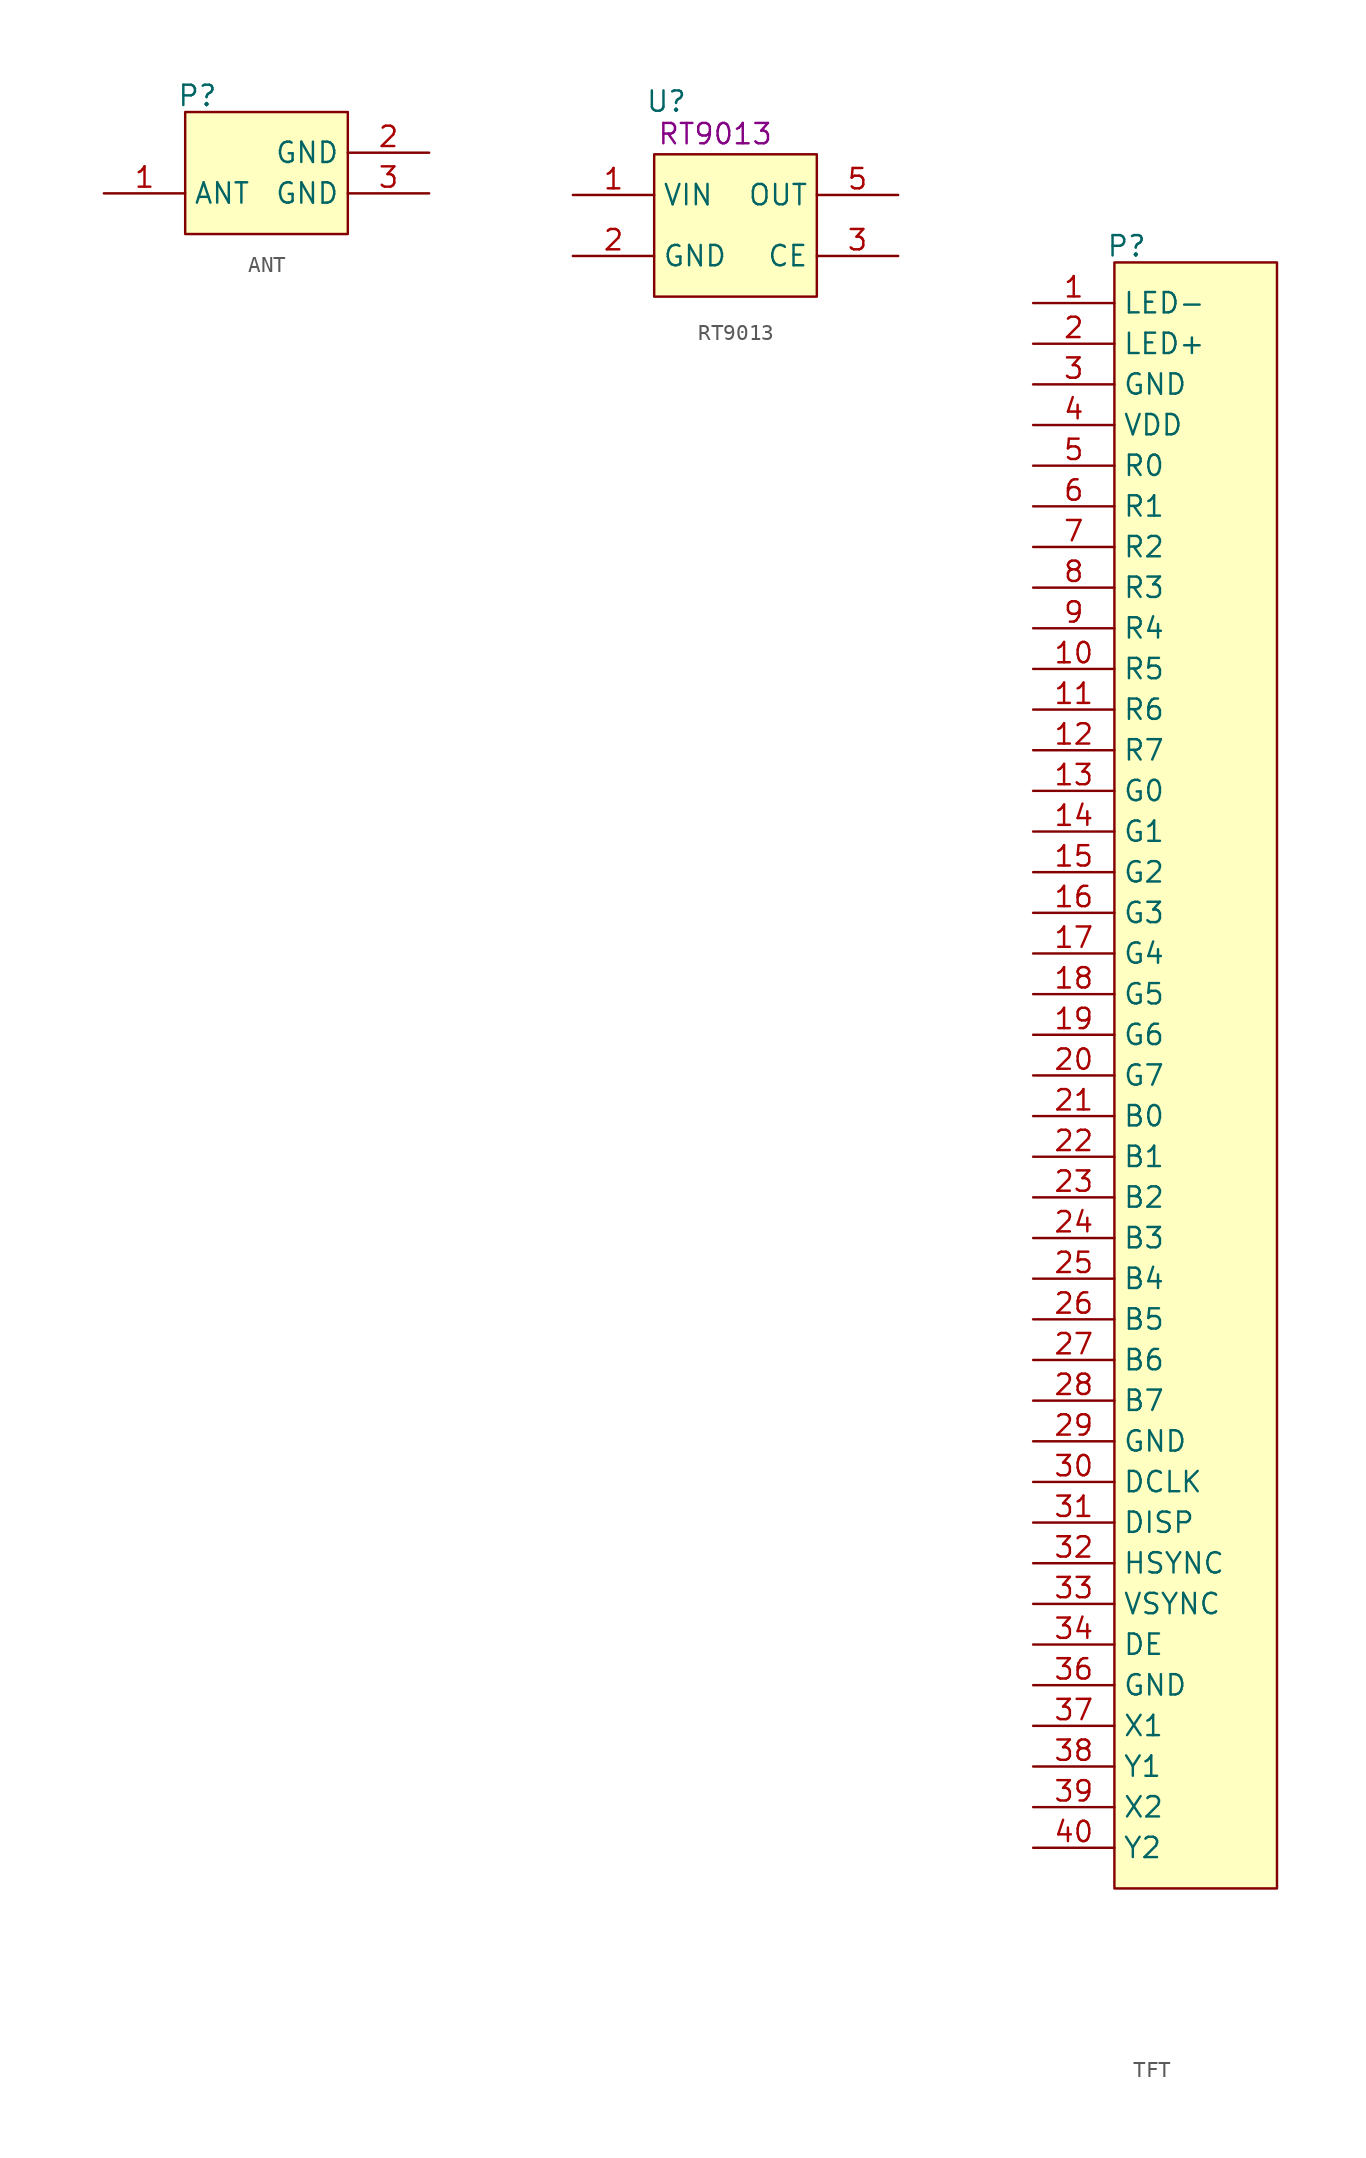
<source format=kicad_sym>
(kicad_symbol_lib
  (version 20241209)
  (generator "kicad_symbol_editor")
  (generator_version "9.0")
  (symbol "ANT"
    (property "Reference" "P"
      (at 0.762 1.016 0)
      (effects (font (size 1.27 1.27))))
    (property "Value" ""
      (at 0 0 0)
      (effects (font (size 1.27 1.27))))
    (symbol "ANT_1_1"
      (rectangle (start 0 0) (end 10.16 -7.62) (stroke (width 0) (type solid)) (fill (type background)))
      (pin bidirectional line (at -5.08 -5.08 0) (length 5.08) (name "ANT" (effects (font (size 1.27 1.27)))) (number "1" (effects (font (size 1.27 1.27)))))
      (pin passive line (at 15.24 -2.54 180) (length 5.08) (name "GND" (effects (font (size 1.27 1.27)))) (number "2" (effects (font (size 1.27 1.27)))))
      (pin passive line (at 15.24 -5.08 180) (length 5.08) (name "GND" (effects (font (size 1.27 1.27)))) (number "3" (effects (font (size 1.27 1.27)))))))
  (symbol "RT9013"
    (property "Reference" "U"
      (at 0.762 3.302 0)
      (effects (font (size 1.27 1.27))))
    (property "Value" ""
      (at 0 0 0)
      (effects (font (size 1.27 1.27))))
    (property "Description" "RT9013"
      (at 3.81 1.27 0)
      (effects (font (size 1.27 1.27))))
    (symbol "RT9013_1_1"
      (rectangle (start 0 0) (end 10.16 -8.89) (stroke (width 0) (type solid)) (fill (type background)))
      (pin power_in line (at -5.08 -2.54 0) (length 5.08) (name "VIN" (effects (font (size 1.27 1.27)))) (number "1" (effects (font (size 1.27 1.27)))))
      (pin power_in line (at -5.08 -6.35 0) (length 5.08) (name "GND" (effects (font (size 1.27 1.27)))) (number "2" (effects (font (size 1.27 1.27)))))
      (pin power_out line (at 15.24 -2.54 180) (length 5.08) (name "OUT" (effects (font (size 1.27 1.27)))) (number "5" (effects (font (size 1.27 1.27)))))
      (pin input line (at 15.24 -6.35 180) (length 5.08) (name "CE" (effects (font (size 1.27 1.27)))) (number "3" (effects (font (size 1.27 1.27)))))))
  (symbol "TFT"
    (property "Reference" "P"
      (at 0.762 1.016 0)
      (effects (font (size 1.27 1.27))))
    (property "Value" ""
      (at 0 0 0)
      (effects (font (size 1.27 1.27))))
    (symbol "TFT_1_1"
      (rectangle (start 0 0) (end 10.16 -101.6) (stroke (width 0) (type solid)) (fill (type background)))
      (pin power_in line (at -5.08 -2.54 0) (length 5.08) (name "LED-" (effects (font (size 1.27 1.27)))) (number "1" (effects (font (size 1.27 1.27)))))
      (pin power_in line (at -5.08 -5.08 0) (length 5.08) (name "LED+" (effects (font (size 1.27 1.27)))) (number "2" (effects (font (size 1.27 1.27)))))
      (pin power_in line (at -5.08 -7.62 0) (length 5.08) (name "GND" (effects (font (size 1.27 1.27)))) (number "3" (effects (font (size 1.27 1.27)))))
      (pin power_in line (at -5.08 -10.16 0) (length 5.08) (name "VDD" (effects (font (size 1.27 1.27)))) (number "4" (effects (font (size 1.27 1.27)))))
      (pin input line (at -5.08 -12.7 0) (length 5.08) (name "R0" (effects (font (size 1.27 1.27)))) (number "5" (effects (font (size 1.27 1.27)))))
      (pin input line (at -5.08 -15.24 0) (length 5.08) (name "R1" (effects (font (size 1.27 1.27)))) (number "6" (effects (font (size 1.27 1.27)))))
      (pin input line (at -5.08 -17.78 0) (length 5.08) (name "R2" (effects (font (size 1.27 1.27)))) (number "7" (effects (font (size 1.27 1.27)))))
      (pin input line (at -5.08 -20.32 0) (length 5.08) (name "R3" (effects (font (size 1.27 1.27)))) (number "8" (effects (font (size 1.27 1.27)))))
      (pin input line (at -5.08 -22.86 0) (length 5.08) (name "R4" (effects (font (size 1.27 1.27)))) (number "9" (effects (font (size 1.27 1.27)))))
      (pin input line (at -5.08 -25.4 0) (length 5.08) (name "R5" (effects (font (size 1.27 1.27)))) (number "10" (effects (font (size 1.27 1.27)))))
      (pin input line (at -5.08 -27.94 0) (length 5.08) (name "R6" (effects (font (size 1.27 1.27)))) (number "11" (effects (font (size 1.27 1.27)))))
      (pin input line (at -5.08 -30.48 0) (length 5.08) (name "R7" (effects (font (size 1.27 1.27)))) (number "12" (effects (font (size 1.27 1.27)))))
      (pin input line (at -5.08 -33.02 0) (length 5.08) (name "G0" (effects (font (size 1.27 1.27)))) (number "13" (effects (font (size 1.27 1.27)))))
      (pin input line (at -5.08 -35.56 0) (length 5.08) (name "G1" (effects (font (size 1.27 1.27)))) (number "14" (effects (font (size 1.27 1.27)))))
      (pin input line (at -5.08 -38.1 0) (length 5.08) (name "G2" (effects (font (size 1.27 1.27)))) (number "15" (effects (font (size 1.27 1.27)))))
      (pin input line (at -5.08 -40.64 0) (length 5.08) (name "G3" (effects (font (size 1.27 1.27)))) (number "16" (effects (font (size 1.27 1.27)))))
      (pin input line (at -5.08 -43.18 0) (length 5.08) (name "G4" (effects (font (size 1.27 1.27)))) (number "17" (effects (font (size 1.27 1.27)))))
      (pin input line (at -5.08 -45.72 0) (length 5.08) (name "G5" (effects (font (size 1.27 1.27)))) (number "18" (effects (font (size 1.27 1.27)))))
      (pin input line (at -5.08 -48.26 0) (length 5.08) (name "G6" (effects (font (size 1.27 1.27)))) (number "19" (effects (font (size 1.27 1.27)))))
      (pin input line (at -5.08 -50.8 0) (length 5.08) (name "G7" (effects (font (size 1.27 1.27)))) (number "20" (effects (font (size 1.27 1.27)))))
      (pin input line (at -5.08 -53.34 0) (length 5.08) (name "B0" (effects (font (size 1.27 1.27)))) (number "21" (effects (font (size 1.27 1.27)))))
      (pin input line (at -5.08 -55.88 0) (length 5.08) (name "B1" (effects (font (size 1.27 1.27)))) (number "22" (effects (font (size 1.27 1.27)))))
      (pin input line (at -5.08 -58.42 0) (length 5.08) (name "B2" (effects (font (size 1.27 1.27)))) (number "23" (effects (font (size 1.27 1.27)))))
      (pin input line (at -5.08 -60.96 0) (length 5.08) (name "B3" (effects (font (size 1.27 1.27)))) (number "24" (effects (font (size 1.27 1.27)))))
      (pin input line (at -5.08 -63.5 0) (length 5.08) (name "B4" (effects (font (size 1.27 1.27)))) (number "25" (effects (font (size 1.27 1.27)))))
      (pin input line (at -5.08 -66.04 0) (length 5.08) (name "B5" (effects (font (size 1.27 1.27)))) (number "26" (effects (font (size 1.27 1.27)))))
      (pin input line (at -5.08 -68.58 0) (length 5.08) (name "B6" (effects (font (size 1.27 1.27)))) (number "27" (effects (font (size 1.27 1.27)))))
      (pin input line (at -5.08 -71.12 0) (length 5.08) (name "B7" (effects (font (size 1.27 1.27)))) (number "28" (effects (font (size 1.27 1.27)))))
      (pin power_in line (at -5.08 -73.66 0) (length 5.08) (name "GND" (effects (font (size 1.27 1.27)))) (number "29" (effects (font (size 1.27 1.27)))))
      (pin input line (at -5.08 -76.2 0) (length 5.08) (name "DCLK" (effects (font (size 1.27 1.27)))) (number "30" (effects (font (size 1.27 1.27)))))
      (pin input line (at -5.08 -78.74 0) (length 5.08) (name "DISP" (effects (font (size 1.27 1.27)))) (number "31" (effects (font (size 1.27 1.27)))))
      (pin input line (at -5.08 -81.28 0) (length 5.08) (name "HSYNC" (effects (font (size 1.27 1.27)))) (number "32" (effects (font (size 1.27 1.27)))))
      (pin input line (at -5.08 -83.82 0) (length 5.08) (name "VSYNC" (effects (font (size 1.27 1.27)))) (number "33" (effects (font (size 1.27 1.27)))))
      (pin input line (at -5.08 -86.36 0) (length 5.08) (name "DE" (effects (font (size 1.27 1.27)))) (number "34" (effects (font (size 1.27 1.27)))))
      (pin power_in line (at -5.08 -88.9 0) (length 5.08) (name "GND" (effects (font (size 1.27 1.27)))) (number "36" (effects (font (size 1.27 1.27)))))
      (pin bidirectional line (at -5.08 -91.44 0) (length 5.08) (name "X1" (effects (font (size 1.27 1.27)))) (number "37" (effects (font (size 1.27 1.27)))))
      (pin bidirectional line (at -5.08 -93.98 0) (length 5.08) (name "Y1" (effects (font (size 1.27 1.27)))) (number "38" (effects (font (size 1.27 1.27)))))
      (pin bidirectional line (at -5.08 -96.52 0) (length 5.08) (name "X2" (effects (font (size 1.27 1.27)))) (number "39" (effects (font (size 1.27 1.27)))))
      (pin bidirectional line (at -5.08 -99.06 0) (length 5.08) (name "Y2" (effects (font (size 1.27 1.27)))) (number "40" (effects (font (size 1.27 1.27))))))))
</source>
